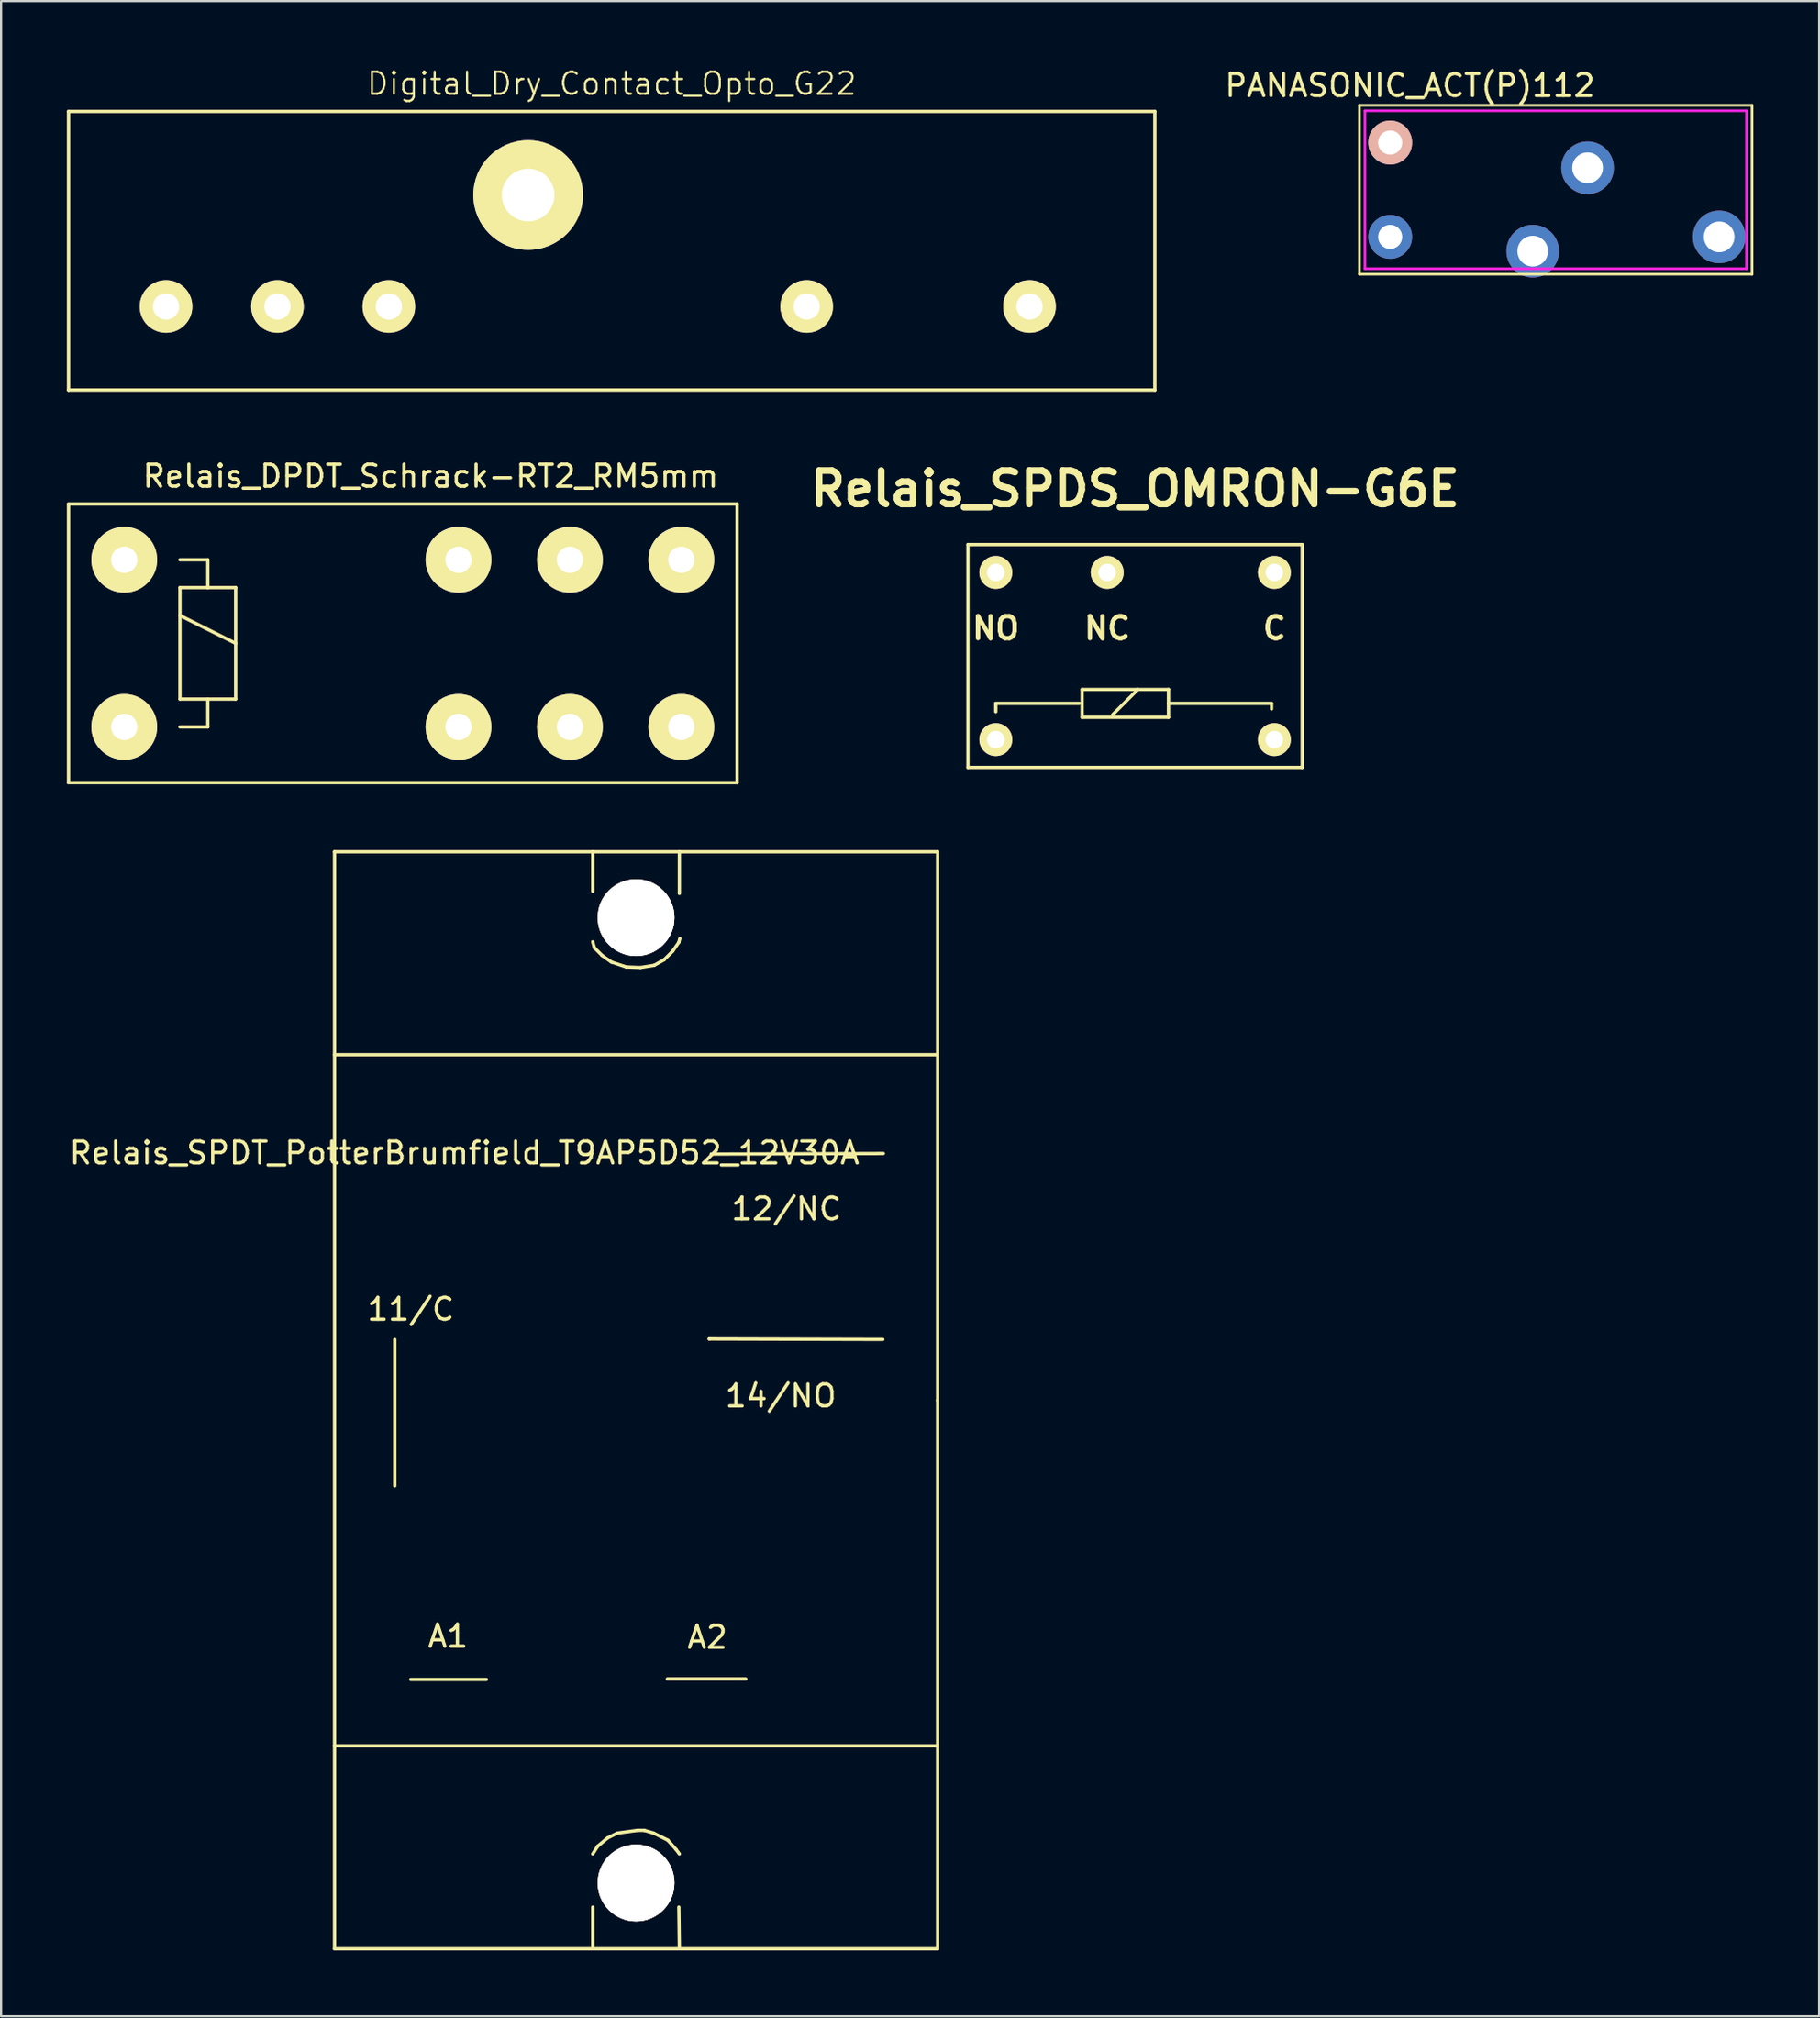
<source format=kicad_pcb>
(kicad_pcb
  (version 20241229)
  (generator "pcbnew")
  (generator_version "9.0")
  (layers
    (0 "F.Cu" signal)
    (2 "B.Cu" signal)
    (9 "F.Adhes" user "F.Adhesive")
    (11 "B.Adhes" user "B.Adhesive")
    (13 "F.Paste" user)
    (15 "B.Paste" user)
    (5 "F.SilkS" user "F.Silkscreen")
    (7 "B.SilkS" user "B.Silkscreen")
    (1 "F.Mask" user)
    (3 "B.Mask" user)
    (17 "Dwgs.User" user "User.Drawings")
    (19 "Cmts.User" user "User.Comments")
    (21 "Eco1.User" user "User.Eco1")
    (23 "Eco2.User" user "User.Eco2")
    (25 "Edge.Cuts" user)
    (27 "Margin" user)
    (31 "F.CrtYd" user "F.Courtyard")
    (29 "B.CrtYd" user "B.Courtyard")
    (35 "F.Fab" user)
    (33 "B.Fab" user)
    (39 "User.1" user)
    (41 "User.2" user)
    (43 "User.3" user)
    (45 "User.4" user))
  (footprint "Digital_Dry_Contact_Opto_G22"
    (layer "F.Cu")
    (at 24.84 8.38)
    (property "Reference" "Digital_Dry_Contact_Opto_G22" (at 0 -7.62 0) (layer "F.SilkS") (effects (font (size 1 1) (thickness 0.1))))
    (attr through_hole)
    (fp_line (start -24.765 -6.35) (end -24.765 6.35) (stroke (width 0.15) (type solid)) (layer "F.SilkS"))
    (fp_line (start -24.765 -6.35) (end 24.765 -6.35) (stroke (width 0.15) (type solid)) (layer "F.SilkS"))
    (fp_line (start 24.765 -6.35) (end 24.765 6.35) (stroke (width 0.15) (type solid)) (layer "F.SilkS"))
    (fp_line (start 24.765 6.35) (end -24.765 6.35) (stroke (width 0.15) (type solid)) (layer "F.SilkS"))
    (pad "" np_thru_hole circle (at -3.81 -2.54) (size 5 5) (drill 2.4) (layers "*.Cu" "*.Mask" "F.SilkS"))
    (pad "1" thru_hole circle (at -20.32 2.54) (size 2.4 2.4) (drill 1.2) (layers "*.Cu" "*.Mask" "F.SilkS"))
    (pad "2" thru_hole circle (at -15.24 2.54) (size 2.4 2.4) (drill 1.2) (layers "*.Cu" "*.Mask" "F.SilkS"))
    (pad "3" thru_hole circle (at -10.16 2.54) (size 2.4 2.4) (drill 1.2) (layers "*.Cu" "*.Mask" "F.SilkS"))
    (pad "4" thru_hole circle (at 8.89 2.54) (size 2.4 2.4) (drill 1.2) (layers "*.Cu" "*.Mask" "F.SilkS"))
    (pad "5" thru_hole circle (at 19.05 2.54) (size 2.4 2.4) (drill 1.2) (layers "*.Cu" "*.Mask" "F.SilkS")))
  (footprint "Relais_DPDT_Schrack-RT2_RM5mm"
    (layer "F.Cu")
    (at 2.615 30.084)
    (property "Reference" "Relais_DPDT_Schrack-RT2_RM5mm" (at 13.97 -11.43 0) (layer "F.SilkS") (effects (font (size 1 1) (thickness 0.15))))
    (attr through_hole)
    (fp_line (start -2.54 -10.16) (end 27.94 -10.16) (stroke (width 0.15) (type solid)) (layer "F.SilkS"))
    (fp_line (start -2.54 2.54) (end -2.54 -10.16) (stroke (width 0.15) (type solid)) (layer "F.SilkS"))
    (fp_line (start 2.54 -7.62) (end 3.81 -7.62) (stroke (width 0.15) (type solid)) (layer "F.SilkS"))
    (fp_line (start 2.54 -6.35) (end 3.81 -6.35) (stroke (width 0.15) (type solid)) (layer "F.SilkS"))
    (fp_line (start 2.54 -5.08) (end 5.08 -3.81) (stroke (width 0.15) (type solid)) (layer "F.SilkS"))
    (fp_line (start 2.54 -1.27) (end 2.54 -6.35) (stroke (width 0.15) (type solid)) (layer "F.SilkS"))
    (fp_line (start 3.81 -7.62) (end 3.81 -6.35) (stroke (width 0.15) (type solid)) (layer "F.SilkS"))
    (fp_line (start 3.81 -6.35) (end 5.08 -6.35) (stroke (width 0.15) (type solid)) (layer "F.SilkS"))
    (fp_line (start 3.81 -1.27) (end 3.81 0) (stroke (width 0.15) (type solid)) (layer "F.SilkS"))
    (fp_line (start 3.81 0) (end 2.54 0) (stroke (width 0.15) (type solid)) (layer "F.SilkS"))
    (fp_line (start 5.08 -6.35) (end 5.08 -1.27) (stroke (width 0.15) (type solid)) (layer "F.SilkS"))
    (fp_line (start 5.08 -1.27) (end 2.54 -1.27) (stroke (width 0.15) (type solid)) (layer "F.SilkS"))
    (fp_line (start 27.94 -10.16) (end 27.94 2.54) (stroke (width 0.15) (type solid)) (layer "F.SilkS"))
    (fp_line (start 27.94 2.54) (end -2.54 2.54) (stroke (width 0.15) (type solid)) (layer "F.SilkS"))
    (pad "11" thru_hole circle (at 20.32 -7.62) (size 3 3) (drill 1.199) (layers "*.Cu" "*.Mask" "F.SilkS"))
    (pad "12" thru_hole circle (at 15.24 -7.62) (size 3 3) (drill 1.199) (layers "*.Cu" "*.Mask" "F.SilkS"))
    (pad "14" thru_hole circle (at 25.4 -7.62) (size 3 3) (drill 1.199) (layers "*.Cu" "*.Mask" "F.SilkS"))
    (pad "21" thru_hole circle (at 20.32 0) (size 3 3) (drill 1.199) (layers "*.Cu" "*.Mask" "F.SilkS"))
    (pad "22" thru_hole circle (at 15.24 0) (size 3 3) (drill 1.199) (layers "*.Cu" "*.Mask" "F.SilkS"))
    (pad "24" thru_hole circle (at 25.4 0) (size 3 3) (drill 1.199) (layers "*.Cu" "*.Mask" "F.SilkS"))
    (pad "A1" thru_hole circle (at 0 -7.62) (size 3 3) (drill 1.199) (layers "*.Cu" "*.Mask" "F.SilkS"))
    (pad "A2" thru_hole circle (at 0 0) (size 3 3) (drill 1.199) (layers "*.Cu" "*.Mask" "F.SilkS")))
  (footprint "Relais_SPDT_PotterBrumfield_T9AP5D52_12V30A"
    (layer "F.Cu")
    (at 25.951 60.775)
    (property "Reference" "Relais_SPDT_PotterBrumfield_T9AP5D52_12V30A" (at -7.826 -11.275 0) (layer "F.SilkS") (effects (font (size 1 1) (thickness 0.15))))
    (attr through_hole)
    (fp_line (start -13.749 -25.001) (end -13.749 25.001) (stroke (width 0.15) (type solid)) (layer "F.SilkS"))
    (fp_line (start -13.749 -15.751) (end 13.749 -15.751) (stroke (width 0.15) (type solid)) (layer "F.SilkS"))
    (fp_line (start -13.749 25.001) (end 13.749 25.001) (stroke (width 0.15) (type solid)) (layer "F.SilkS"))
    (fp_line (start -11.001 -2.776) (end -11.001 3.899) (stroke (width 0.15) (type solid)) (layer "F.SilkS"))
    (fp_line (start -6.825 12.725) (end -10.274 12.725) (stroke (width 0.15) (type solid)) (layer "F.SilkS"))
    (fp_line (start -1.976 -23.2) (end -1.976 -25.001) (stroke (width 0.15) (type solid)) (layer "F.SilkS"))
    (fp_line (start -1.976 -20.899) (end -1.9 -20.625) (stroke (width 0.15) (type solid)) (layer "F.SilkS"))
    (fp_line (start -1.976 23.099) (end -1.976 25.001) (stroke (width 0.15) (type solid)) (layer "F.SilkS"))
    (fp_line (start -1.9 -20.625) (end -1.549 -20.274) (stroke (width 0.15) (type solid)) (layer "F.SilkS"))
    (fp_line (start -1.75 20.325) (end -1.976 20.676) (stroke (width 0.15) (type solid)) (layer "F.SilkS"))
    (fp_line (start -1.549 -20.274) (end -1.125 -19.975) (stroke (width 0.15) (type solid)) (layer "F.SilkS"))
    (fp_line (start -1.3 19.949) (end -1.75 20.325) (stroke (width 0.15) (type solid)) (layer "F.SilkS"))
    (fp_line (start -1.125 -19.975) (end -0.45 -19.751) (stroke (width 0.15) (type solid)) (layer "F.SilkS"))
    (fp_line (start -0.851 19.726) (end -1.3 19.949) (stroke (width 0.15) (type solid)) (layer "F.SilkS"))
    (fp_line (start -0.45 -19.751) (end 0.201 -19.726) (stroke (width 0.15) (type solid)) (layer "F.SilkS"))
    (fp_line (start 0.076 19.601) (end -0.851 19.726) (stroke (width 0.15) (type solid)) (layer "F.SilkS"))
    (fp_line (start 0.201 -19.726) (end 0.826 -19.825) (stroke (width 0.15) (type solid)) (layer "F.SilkS"))
    (fp_line (start 0.376 19.601) (end 0.076 19.601) (stroke (width 0.15) (type solid)) (layer "F.SilkS"))
    (fp_line (start 0.8 19.726) (end 0.376 19.601) (stroke (width 0.15) (type solid)) (layer "F.SilkS"))
    (fp_line (start 0.826 -19.825) (end 1.275 -20.076) (stroke (width 0.15) (type solid)) (layer "F.SilkS"))
    (fp_line (start 1.275 -20.076) (end 1.674 -20.475) (stroke (width 0.15) (type solid)) (layer "F.SilkS"))
    (fp_line (start 1.425 12.7) (end 5.001 12.7) (stroke (width 0.15) (type solid)) (layer "F.SilkS"))
    (fp_line (start 1.45 20.051) (end 0.8 19.726) (stroke (width 0.15) (type solid)) (layer "F.SilkS"))
    (fp_line (start 1.674 -20.475) (end 1.951 -20.876) (stroke (width 0.15) (type solid)) (layer "F.SilkS"))
    (fp_line (start 1.826 20.475) (end 1.45 20.051) (stroke (width 0.15) (type solid)) (layer "F.SilkS"))
    (fp_line (start 1.951 -20.876) (end 1.999 -21.049) (stroke (width 0.15) (type solid)) (layer "F.SilkS"))
    (fp_line (start 1.951 23.099) (end 1.976 24.976) (stroke (width 0.15) (type solid)) (layer "F.SilkS"))
    (fp_line (start 1.976 -23.099) (end 1.976 -25.001) (stroke (width 0.15) (type solid)) (layer "F.SilkS"))
    (fp_line (start 1.976 20.676) (end 1.826 20.475) (stroke (width 0.15) (type solid)) (layer "F.SilkS"))
    (fp_line (start 3.35 -2.799) (end 3.325 -2.799) (stroke (width 0.15) (type solid)) (layer "F.SilkS"))
    (fp_line (start 11.25 -2.776) (end 3.35 -2.799) (stroke (width 0.15) (type solid)) (layer "F.SilkS"))
    (fp_line (start 11.275 -11.25) (end 3.424 -11.224) (stroke (width 0.15) (type solid)) (layer "F.SilkS"))
    (fp_line (start 13.749 -25.001) (end -13.749 -25.001) (stroke (width 0.15) (type solid)) (layer "F.SilkS"))
    (fp_line (start 13.749 0) (end 13.749 -25.001) (stroke (width 0.15) (type solid)) (layer "F.SilkS"))
    (fp_line (start 13.749 15.751) (end -13.749 15.751) (stroke (width 0.15) (type solid)) (layer "F.SilkS"))
    (fp_line (start 13.749 25.001) (end 13.749 0) (stroke (width 0.15) (type solid)) (layer "F.SilkS"))
    (fp_text user "A1" (at -8.575 10.749 0) (layer "F.SilkS") (effects (font (size 1 1) (thickness 0.15))))
    (fp_text user "11/C" (at -10.274 -4.15 0) (layer "F.SilkS") (effects (font (size 1 1) (thickness 0.15))))
    (fp_text user "12/NC" (at 6.85 -8.725 0) (layer "F.SilkS") (effects (font (size 1 1) (thickness 0.15))))
    (fp_text user "14/NO" (at 6.599 -0.201 0) (layer "F.SilkS") (effects (font (size 1 1) (thickness 0.15))))
    (fp_text user "A2" (at 3.251 10.8 0) (layer "F.SilkS") (effects (font (size 1 1) (thickness 0.15))))
    (pad "1" thru_hole circle (at 0 -21.999) (size 3.5 3.5) (drill 3.5) (layers "*.Cu" "*.Mask" "F.SilkS"))
    (pad "2" thru_hole circle (at 0 21.999) (size 3.5 3.5) (drill 3.5) (layers "*.Cu" "*.Mask" "F.SilkS")))
  (footprint "PANASONIC_ACT(P)112"
    (layer "F.Cu")
    (at 60.334 3.448)
    (property "Reference" "PANASONIC_ACT(P)112" (at 0.9 -2.6 0) (layer "F.SilkS") (effects (font (size 1 1) (thickness 0.15))))
    (attr through_hole)
    (fp_line (start -1.4 -1.7) (end -1.4 6) (stroke (width 0.12) (type solid)) (layer "F.SilkS"))
    (fp_line (start -1.4 6) (end 16.5 6) (stroke (width 0.12) (type solid)) (layer "F.SilkS"))
    (fp_line (start 16.5 -1.7) (end -1.4 -1.7) (stroke (width 0.12) (type solid)) (layer "F.SilkS"))
    (fp_line (start 16.5 6) (end 16.5 -1.7) (stroke (width 0.12) (type solid)) (layer "F.SilkS"))
    (fp_line (start -1.15 -1.45) (end 16.25 -1.45) (stroke (width 0.12) (type solid)) (layer "F.CrtYd"))
    (fp_line (start -1.15 5.75) (end -1.15 -1.45) (stroke (width 0.12) (type solid)) (layer "F.CrtYd"))
    (fp_line (start 16.25 -1.45) (end 16.25 5.75) (stroke (width 0.12) (type solid)) (layer "F.CrtYd"))
    (fp_line (start 16.25 5.75) (end -1.15 5.75) (stroke (width 0.12) (type solid)) (layer "F.CrtYd"))
    (pad "1" thru_hole circle (at 0.000138 0.000408) (size 2 2) (drill 1.1) (layers "*.Cu" "*.Mask" "B.SilkS"))
    (pad "2" thru_hole circle (at 0.000138 4.3) (size 2 2) (drill 1.1) (layers "*.Cu" "*.Mask"))
    (pad "3" thru_hole circle (at 6.5 4.95) (size 2.4 2.4) (drill 1.4) (layers "*.Cu" "*.Mask"))
    (pad "4" thru_hole circle (at 9 1.15) (size 2.4 2.4) (drill 1.4) (layers "*.Cu" "*.Mask"))
    (pad "5" thru_hole circle (at 15 4.3) (size 2.4 2.4) (drill 1.4) (layers "*.Cu" "*.Mask")))
  (footprint "Relais_SPDS_OMRON-G6E"
    (layer "F.Cu")
    (at 42.353 30.662)
    (property "Reference" "Relais_SPDS_OMRON-G6E" (at 6.35 -11.43 0) (layer "F.SilkS") (effects (font (size 1.524 1.524) (thickness 0.305))))
    (attr through_hole)
    (fp_line (start -1.27 -8.89) (end -1.27 1.27) (stroke (width 0.15) (type solid)) (layer "F.SilkS"))
    (fp_line (start -1.27 1.27) (end 13.97 1.27) (stroke (width 0.15) (type solid)) (layer "F.SilkS"))
    (fp_line (start 0 -1.651) (end 0 -1.27) (stroke (width 0.15) (type solid)) (layer "F.SilkS"))
    (fp_line (start 3.81 -1.651) (end 0 -1.651) (stroke (width 0.15) (type solid)) (layer "F.SilkS"))
    (fp_line (start 3.937 -2.286) (end 7.874 -2.286) (stroke (width 0.15) (type solid)) (layer "F.SilkS"))
    (fp_line (start 3.937 -1.016) (end 3.937 -2.286) (stroke (width 0.15) (type solid)) (layer "F.SilkS"))
    (fp_line (start 5.334 -1.143) (end 6.477 -2.286) (stroke (width 0.15) (type solid)) (layer "F.SilkS"))
    (fp_line (start 7.874 -2.286) (end 7.874 -1.016) (stroke (width 0.15) (type solid)) (layer "F.SilkS"))
    (fp_line (start 7.874 -1.651) (end 12.573 -1.651) (stroke (width 0.15) (type solid)) (layer "F.SilkS"))
    (fp_line (start 7.874 -1.016) (end 3.937 -1.016) (stroke (width 0.15) (type solid)) (layer "F.SilkS"))
    (fp_line (start 12.573 -1.651) (end 12.573 -1.397) (stroke (width 0.15) (type solid)) (layer "F.SilkS"))
    (fp_line (start 13.97 -8.89) (end -1.27 -8.89) (stroke (width 0.15) (type solid)) (layer "F.SilkS"))
    (fp_line (start 13.97 1.27) (end 13.97 -8.89) (stroke (width 0.15) (type solid)) (layer "F.SilkS"))
    (fp_text user "C" (at 12.7 -5.08 0) (layer "F.SilkS") (effects (font (size 1.001 1.001) (thickness 0.201))))
    (fp_text user "NO" (at 0 -5.08 0) (layer "F.SilkS") (effects (font (size 1.001 1.001) (thickness 0.201))))
    (fp_text user "NC" (at 5.08 -5.08 0) (layer "F.SilkS") (effects (font (size 1.001 1.001) (thickness 0.201))))
    (pad "1" thru_hole circle (at 0 0) (size 1.501 1.501) (drill 0.8) (layers "*.Cu" "*.Mask" "F.SilkS"))
    (pad "6" thru_hole circle (at 12.7 0) (size 1.501 1.501) (drill 0.8) (layers "*.Cu" "*.Mask" "F.SilkS"))
    (pad "7" thru_hole circle (at 12.7 -7.62) (size 1.501 1.501) (drill 0.8) (layers "*.Cu" "*.Mask" "F.SilkS"))
    (pad "10" thru_hole circle (at 5.08 -7.62) (size 1.501 1.501) (drill 0.8) (layers "*.Cu" "*.Mask" "F.SilkS"))
    (pad "12" thru_hole circle (at 0 -7.62) (size 1.501 1.501) (drill 0.8) (layers "*.Cu" "*.Mask" "F.SilkS")))
  (gr_rect
    (start -3 -3)
    (end 79.894 88.851)
    (stroke (width 0.1) (type default))
    (fill no)
    (layer "Edge.Cuts")))
</source>
